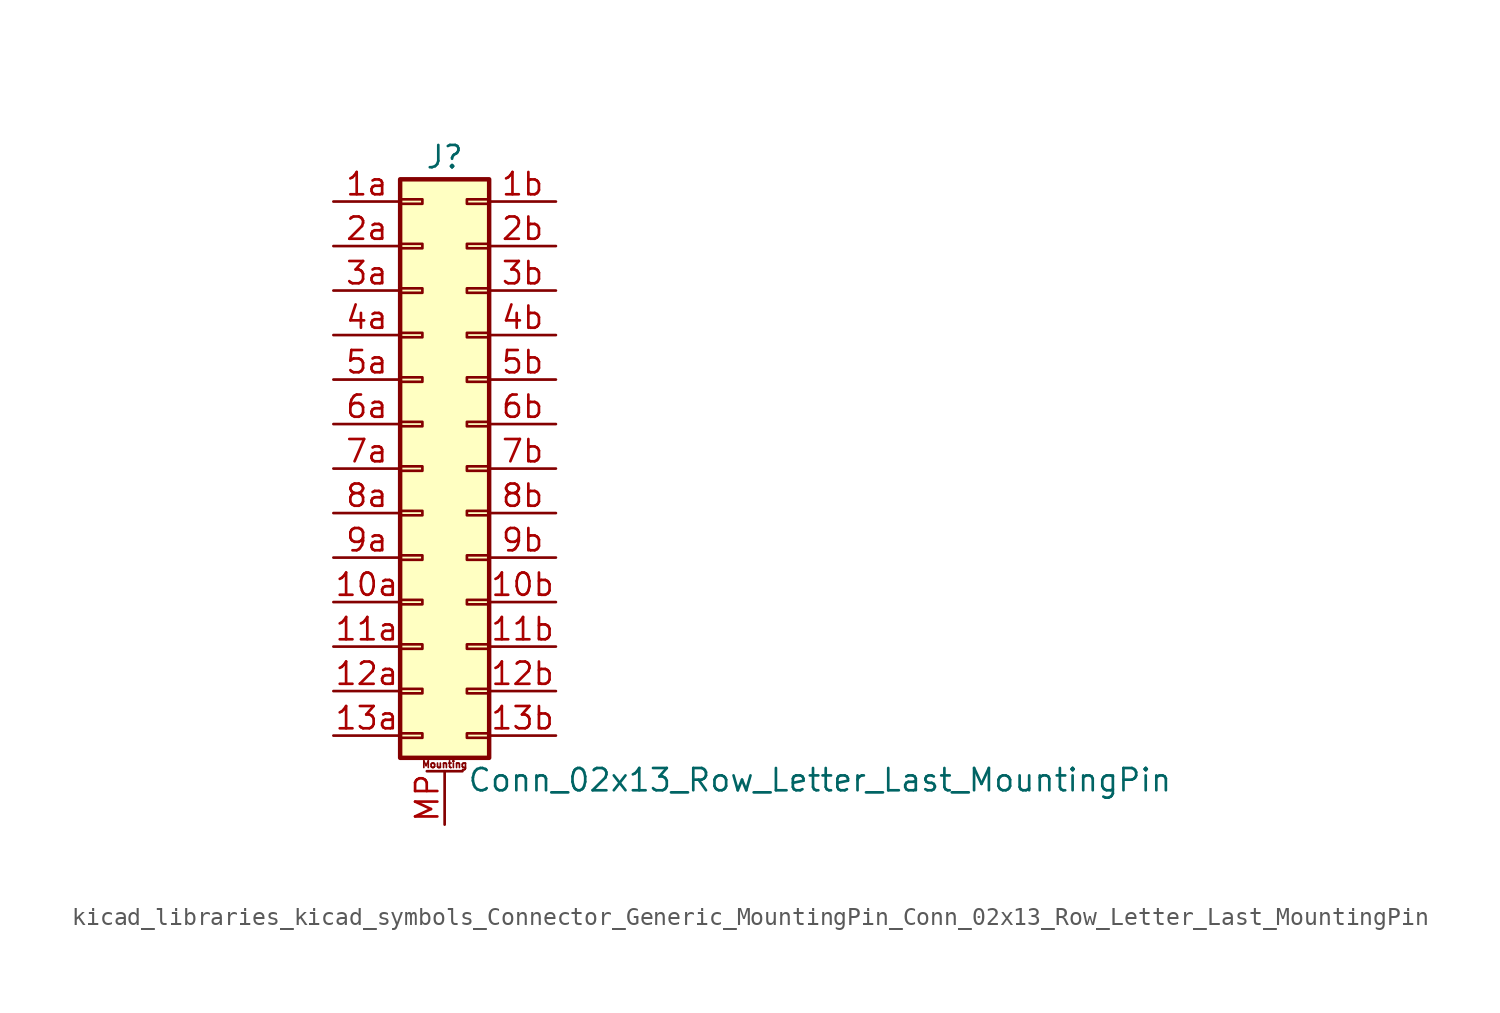
<source format=kicad_sym>
(kicad_symbol_lib
  (version 20220914)
  (generator kicad_symbol_editor)
  (symbol "kicad_libraries_kicad_symbols_Connector_Generic_MountingPin_Conn_02x13_Row_Letter_Last_MountingPin"
    (pin_names
      (offset 1.016) hide)
    (property "Reference" "J"
      (at 1.27 17.78 0)
      (effects (font (size 1.27 1.27))))
    (property "Value" "Conn_02x13_Row_Letter_Last_MountingPin"
      (at 2.54 -17.78 0)
      (effects (font (size 1.27 1.27)) (justify left)))
    (symbol "kicad_libraries_kicad_symbols_Connector_Generic_MountingPin_Conn_02x13_Row_Letter_Last_MountingPin_1_1"
      (rectangle (start -1.27 -15.113) (end 0 -15.367) (stroke (width 0.152) (type default)) (fill (type none)))
      (rectangle (start -1.27 -12.573) (end 0 -12.827) (stroke (width 0.152) (type default)) (fill (type none)))
      (rectangle (start -1.27 -10.033) (end 0 -10.287) (stroke (width 0.152) (type default)) (fill (type none)))
      (rectangle (start -1.27 -7.493) (end 0 -7.747) (stroke (width 0.152) (type default)) (fill (type none)))
      (rectangle (start -1.27 -4.953) (end 0 -5.207) (stroke (width 0.152) (type default)) (fill (type none)))
      (rectangle (start -1.27 -2.413) (end 0 -2.667) (stroke (width 0.152) (type default)) (fill (type none)))
      (rectangle (start -1.27 0.127) (end 0 -0.127) (stroke (width 0.152) (type default)) (fill (type none)))
      (rectangle (start -1.27 2.667) (end 0 2.413) (stroke (width 0.152) (type default)) (fill (type none)))
      (rectangle (start -1.27 5.207) (end 0 4.953) (stroke (width 0.152) (type default)) (fill (type none)))
      (rectangle (start -1.27 7.747) (end 0 7.493) (stroke (width 0.152) (type default)) (fill (type none)))
      (rectangle (start -1.27 10.287) (end 0 10.033) (stroke (width 0.152) (type default)) (fill (type none)))
      (rectangle (start -1.27 12.827) (end 0 12.573) (stroke (width 0.152) (type default)) (fill (type none)))
      (rectangle (start -1.27 15.367) (end 0 15.113) (stroke (width 0.152) (type default)) (fill (type none)))
      (rectangle (start -1.27 16.51) (end 3.81 -16.51) (stroke (width 0.254) (type default)) (fill (type background)))
      (polyline (pts (xy 0.254 -17.272) (xy 2.286 -17.272)) (stroke (width 0.152) (type default)) (fill (type none)))
      (rectangle (start 3.81 -15.113) (end 2.54 -15.367) (stroke (width 0.152) (type default)) (fill (type none)))
      (rectangle (start 3.81 -12.573) (end 2.54 -12.827) (stroke (width 0.152) (type default)) (fill (type none)))
      (rectangle (start 3.81 -10.033) (end 2.54 -10.287) (stroke (width 0.152) (type default)) (fill (type none)))
      (rectangle (start 3.81 -7.493) (end 2.54 -7.747) (stroke (width 0.152) (type default)) (fill (type none)))
      (rectangle (start 3.81 -4.953) (end 2.54 -5.207) (stroke (width 0.152) (type default)) (fill (type none)))
      (rectangle (start 3.81 -2.413) (end 2.54 -2.667) (stroke (width 0.152) (type default)) (fill (type none)))
      (rectangle (start 3.81 0.127) (end 2.54 -0.127) (stroke (width 0.152) (type default)) (fill (type none)))
      (rectangle (start 3.81 2.667) (end 2.54 2.413) (stroke (width 0.152) (type default)) (fill (type none)))
      (rectangle (start 3.81 5.207) (end 2.54 4.953) (stroke (width 0.152) (type default)) (fill (type none)))
      (rectangle (start 3.81 7.747) (end 2.54 7.493) (stroke (width 0.152) (type default)) (fill (type none)))
      (rectangle (start 3.81 10.287) (end 2.54 10.033) (stroke (width 0.152) (type default)) (fill (type none)))
      (rectangle (start 3.81 12.827) (end 2.54 12.573) (stroke (width 0.152) (type default)) (fill (type none)))
      (rectangle (start 3.81 15.367) (end 2.54 15.113) (stroke (width 0.152) (type default)) (fill (type none)))
      (text "Mounting" (at 1.27 -16.891 0) (effects (font (size 0.381 0.381))))
      (pin passive line (at -5.08 -7.62 0) (length 3.81) (name "Pin_10a" (effects (font (size 1.27 1.27)))) (number "10a" (effects (font (size 1.27 1.27)))))
      (pin passive line (at 7.62 -7.62 180) (length 3.81) (name "Pin_10b" (effects (font (size 1.27 1.27)))) (number "10b" (effects (font (size 1.27 1.27)))))
      (pin passive line (at -5.08 -10.16 0) (length 3.81) (name "Pin_11a" (effects (font (size 1.27 1.27)))) (number "11a" (effects (font (size 1.27 1.27)))))
      (pin passive line (at 7.62 -10.16 180) (length 3.81) (name "Pin_11b" (effects (font (size 1.27 1.27)))) (number "11b" (effects (font (size 1.27 1.27)))))
      (pin passive line (at -5.08 -12.7 0) (length 3.81) (name "Pin_12a" (effects (font (size 1.27 1.27)))) (number "12a" (effects (font (size 1.27 1.27)))))
      (pin passive line (at 7.62 -12.7 180) (length 3.81) (name "Pin_12b" (effects (font (size 1.27 1.27)))) (number "12b" (effects (font (size 1.27 1.27)))))
      (pin passive line (at -5.08 -15.24 0) (length 3.81) (name "Pin_13a" (effects (font (size 1.27 1.27)))) (number "13a" (effects (font (size 1.27 1.27)))))
      (pin passive line (at 7.62 -15.24 180) (length 3.81) (name "Pin_13b" (effects (font (size 1.27 1.27)))) (number "13b" (effects (font (size 1.27 1.27)))))
      (pin passive line (at -5.08 15.24 0) (length 3.81) (name "Pin_1a" (effects (font (size 1.27 1.27)))) (number "1a" (effects (font (size 1.27 1.27)))))
      (pin passive line (at 7.62 15.24 180) (length 3.81) (name "Pin_1b" (effects (font (size 1.27 1.27)))) (number "1b" (effects (font (size 1.27 1.27)))))
      (pin passive line (at -5.08 12.7 0) (length 3.81) (name "Pin_2a" (effects (font (size 1.27 1.27)))) (number "2a" (effects (font (size 1.27 1.27)))))
      (pin passive line (at 7.62 12.7 180) (length 3.81) (name "Pin_2b" (effects (font (size 1.27 1.27)))) (number "2b" (effects (font (size 1.27 1.27)))))
      (pin passive line (at -5.08 10.16 0) (length 3.81) (name "Pin_3a" (effects (font (size 1.27 1.27)))) (number "3a" (effects (font (size 1.27 1.27)))))
      (pin passive line (at 7.62 10.16 180) (length 3.81) (name "Pin_3b" (effects (font (size 1.27 1.27)))) (number "3b" (effects (font (size 1.27 1.27)))))
      (pin passive line (at -5.08 7.62 0) (length 3.81) (name "Pin_4a" (effects (font (size 1.27 1.27)))) (number "4a" (effects (font (size 1.27 1.27)))))
      (pin passive line (at 7.62 7.62 180) (length 3.81) (name "Pin_4b" (effects (font (size 1.27 1.27)))) (number "4b" (effects (font (size 1.27 1.27)))))
      (pin passive line (at -5.08 5.08 0) (length 3.81) (name "Pin_5a" (effects (font (size 1.27 1.27)))) (number "5a" (effects (font (size 1.27 1.27)))))
      (pin passive line (at 7.62 5.08 180) (length 3.81) (name "Pin_5b" (effects (font (size 1.27 1.27)))) (number "5b" (effects (font (size 1.27 1.27)))))
      (pin passive line (at -5.08 2.54 0) (length 3.81) (name "Pin_6a" (effects (font (size 1.27 1.27)))) (number "6a" (effects (font (size 1.27 1.27)))))
      (pin passive line (at 7.62 2.54 180) (length 3.81) (name "Pin_6b" (effects (font (size 1.27 1.27)))) (number "6b" (effects (font (size 1.27 1.27)))))
      (pin passive line (at -5.08 0 0) (length 3.81) (name "Pin_7a" (effects (font (size 1.27 1.27)))) (number "7a" (effects (font (size 1.27 1.27)))))
      (pin passive line (at 7.62 0 180) (length 3.81) (name "Pin_7b" (effects (font (size 1.27 1.27)))) (number "7b" (effects (font (size 1.27 1.27)))))
      (pin passive line (at -5.08 -2.54 0) (length 3.81) (name "Pin_8a" (effects (font (size 1.27 1.27)))) (number "8a" (effects (font (size 1.27 1.27)))))
      (pin passive line (at 7.62 -2.54 180) (length 3.81) (name "Pin_8b" (effects (font (size 1.27 1.27)))) (number "8b" (effects (font (size 1.27 1.27)))))
      (pin passive line (at -5.08 -5.08 0) (length 3.81) (name "Pin_9a" (effects (font (size 1.27 1.27)))) (number "9a" (effects (font (size 1.27 1.27)))))
      (pin passive line (at 7.62 -5.08 180) (length 3.81) (name "Pin_9b" (effects (font (size 1.27 1.27)))) (number "9b" (effects (font (size 1.27 1.27)))))
      (pin passive line (at 1.27 -20.32 90) (length 3.048) (name "MountPin" (effects (font (size 1.27 1.27)))) (number "MP" (effects (font (size 1.27 1.27))))))))
</source>
